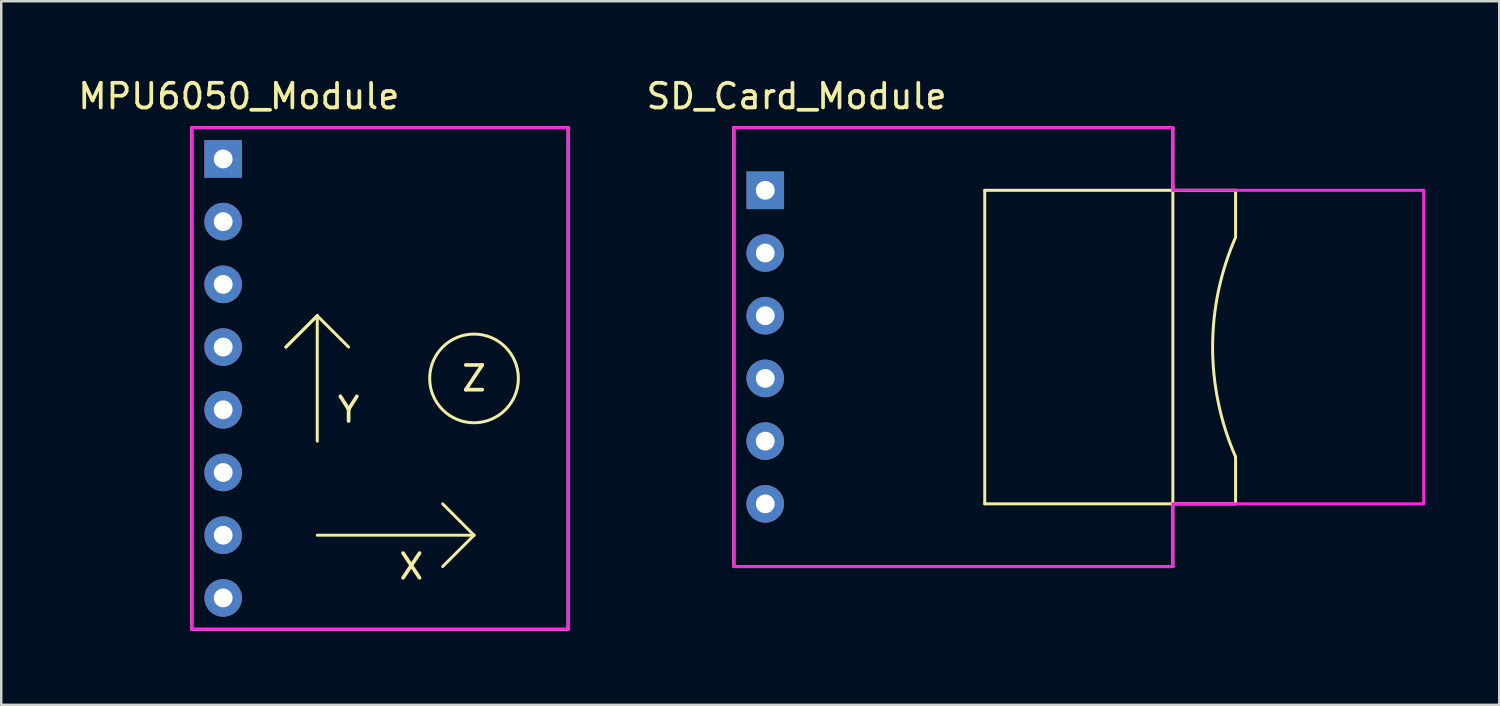
<source format=kicad_pcb>
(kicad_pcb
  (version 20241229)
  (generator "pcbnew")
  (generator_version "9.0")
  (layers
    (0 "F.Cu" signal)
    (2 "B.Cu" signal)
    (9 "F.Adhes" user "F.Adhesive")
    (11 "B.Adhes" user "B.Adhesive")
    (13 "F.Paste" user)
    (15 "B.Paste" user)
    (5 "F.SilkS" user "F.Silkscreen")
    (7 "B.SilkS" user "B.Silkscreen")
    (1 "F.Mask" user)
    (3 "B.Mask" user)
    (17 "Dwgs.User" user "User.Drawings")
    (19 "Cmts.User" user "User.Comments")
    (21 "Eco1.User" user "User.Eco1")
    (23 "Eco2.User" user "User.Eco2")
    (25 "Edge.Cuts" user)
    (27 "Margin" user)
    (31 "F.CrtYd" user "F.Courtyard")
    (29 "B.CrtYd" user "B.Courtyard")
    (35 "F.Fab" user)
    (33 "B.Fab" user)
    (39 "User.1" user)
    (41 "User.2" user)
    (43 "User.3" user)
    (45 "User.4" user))
  (footprint "SD_Card_Module"
    (layer "F.Cu")
    (at 27.946 4.658)
    (property "Reference" "SD_Card_Module" (at 1.27 -3.81 0) (layer "F.SilkS") (effects (font (size 1 1) (thickness 0.15))))
    (attr through_hole)
    (fp_line (start -1.27 -2.54) (end 16.51 -2.54) (stroke (width 0.12) (type solid)) (layer "F.SilkS"))
    (fp_line (start -1.27 15.24) (end -1.27 -2.54) (stroke (width 0.12) (type solid)) (layer "F.SilkS"))
    (fp_line (start 8.89 0) (end 8.89 12.7) (stroke (width 0.12) (type solid)) (layer "F.SilkS"))
    (fp_line (start 8.89 0) (end 19.05 0) (stroke (width 0.12) (type solid)) (layer "F.SilkS"))
    (fp_line (start 8.89 12.7) (end 19.05 12.7) (stroke (width 0.12) (type solid)) (layer "F.SilkS"))
    (fp_line (start 16.51 -2.54) (end 16.51 15.24) (stroke (width 0.12) (type solid)) (layer "F.SilkS"))
    (fp_line (start 16.51 15.24) (end -1.27 15.24) (stroke (width 0.12) (type solid)) (layer "F.SilkS"))
    (fp_line (start 19.05 0) (end 19.05 1.905) (stroke (width 0.12) (type solid)) (layer "F.SilkS"))
    (fp_line (start 19.05 12.7) (end 19.05 10.795) (stroke (width 0.12) (type solid)) (layer "F.SilkS"))
    (fp_arc (start 19.05 10.794999) (mid 18.120202 6.35) (end 19.05 1.905) (stroke (width 0.12) (type solid)) (layer "F.SilkS"))
    (fp_line (start -1.27 -2.54) (end -1.27 15.24) (stroke (width 0.12) (type solid)) (layer "F.CrtYd"))
    (fp_line (start -1.27 15.24) (end 16.51 15.24) (stroke (width 0.12) (type solid)) (layer "F.CrtYd"))
    (fp_line (start 16.51 -2.54) (end -1.27 -2.54) (stroke (width 0.12) (type solid)) (layer "F.CrtYd"))
    (fp_line (start 16.51 0) (end 16.51 -2.54) (stroke (width 0.12) (type solid)) (layer "F.CrtYd"))
    (fp_line (start 16.51 12.7) (end 26.67 12.7) (stroke (width 0.12) (type solid)) (layer "F.CrtYd"))
    (fp_line (start 16.51 15.24) (end 16.51 12.7) (stroke (width 0.12) (type solid)) (layer "F.CrtYd"))
    (fp_line (start 26.67 0) (end 16.51 0) (stroke (width 0.12) (type solid)) (layer "F.CrtYd"))
    (fp_line (start 26.67 12.7) (end 26.67 0) (stroke (width 0.12) (type solid)) (layer "F.CrtYd"))
    (pad "1" thru_hole rect (at 0 0) (size 1.524 1.524) (drill 0.762) (layers "*.Cu" "*.Mask"))
    (pad "2" thru_hole circle (at 0 2.54) (size 1.524 1.524) (drill 0.762) (layers "*.Cu" "*.Mask"))
    (pad "3" thru_hole circle (at 0 5.08) (size 1.524 1.524) (drill 0.762) (layers "*.Cu" "*.Mask"))
    (pad "4" thru_hole circle (at 0 7.62) (size 1.524 1.524) (drill 0.762) (layers "*.Cu" "*.Mask"))
    (pad "5" thru_hole circle (at 0 10.16) (size 1.524 1.524) (drill 0.762) (layers "*.Cu" "*.Mask"))
    (pad "6" thru_hole circle (at 0 12.7) (size 1.524 1.524) (drill 0.762) (layers "*.Cu" "*.Mask")))
  (footprint "MPU6050_Module"
    (layer "F.Cu")
    (at 5.99 3.388)
    (property "Reference" "MPU6050_Module" (at 0.635 -2.54 0) (layer "F.SilkS") (effects (font (size 1 1) (thickness 0.15))))
    (attr through_hole)
    (fp_line (start -1.27 -1.27) (end 13.97 -1.27) (stroke (width 0.12) (type solid)) (layer "F.SilkS"))
    (fp_line (start -1.27 19.05) (end -1.27 -1.27) (stroke (width 0.12) (type solid)) (layer "F.SilkS"))
    (fp_line (start 2.54 7.62) (end 3.81 6.35) (stroke (width 0.12) (type solid)) (layer "F.SilkS"))
    (fp_line (start 3.81 6.35) (end 2.54 7.62) (stroke (width 0.12) (type solid)) (layer "F.SilkS"))
    (fp_line (start 3.81 6.35) (end 5.08 7.62) (stroke (width 0.12) (type solid)) (layer "F.SilkS"))
    (fp_line (start 3.81 11.43) (end 3.81 6.35) (stroke (width 0.12) (type solid)) (layer "F.SilkS"))
    (fp_line (start 3.81 15.24) (end 10.16 15.24) (stroke (width 0.12) (type solid)) (layer "F.SilkS"))
    (fp_line (start 10.16 15.24) (end 8.89 13.97) (stroke (width 0.12) (type solid)) (layer "F.SilkS"))
    (fp_line (start 10.16 15.24) (end 8.89 16.51) (stroke (width 0.12) (type solid)) (layer "F.SilkS"))
    (fp_line (start 13.97 -1.27) (end 13.97 19.05) (stroke (width 0.12) (type solid)) (layer "F.SilkS"))
    (fp_line (start 13.97 19.05) (end -1.27 19.05) (stroke (width 0.12) (type solid)) (layer "F.SilkS"))
    (fp_circle (center 10.16 8.89) (end 8.89 7.62) (stroke (width 0.12) (type solid)) (fill no) (layer "F.SilkS"))
    (fp_line (start -1.27 -1.27) (end 13.97 -1.27) (stroke (width 0.12) (type solid)) (layer "F.CrtYd"))
    (fp_line (start -1.27 19.05) (end -1.27 -1.27) (stroke (width 0.12) (type solid)) (layer "F.CrtYd"))
    (fp_line (start 13.97 -1.27) (end 13.97 19.05) (stroke (width 0.12) (type solid)) (layer "F.CrtYd"))
    (fp_line (start 13.97 19.05) (end -1.27 19.05) (stroke (width 0.12) (type solid)) (layer "F.CrtYd"))
    (fp_text user "Z" (at 10.16 8.89 0) (layer "F.SilkS") (effects (font (size 1 1) (thickness 0.15))))
    (fp_text user "Y" (at 5.08 10.16 0) (layer "F.SilkS") (effects (font (size 1 1) (thickness 0.15))))
    (fp_text user "X" (at 7.62 16.51 0) (layer "F.SilkS") (effects (font (size 1 1) (thickness 0.15))))
    (pad "1" thru_hole rect (at 0 0) (size 1.524 1.524) (drill 0.762) (layers "*.Cu" "*.Mask"))
    (pad "2" thru_hole circle (at 0 2.54) (size 1.524 1.524) (drill 0.762) (layers "*.Cu" "*.Mask"))
    (pad "3" thru_hole circle (at 0 5.08) (size 1.524 1.524) (drill 0.762) (layers "*.Cu" "*.Mask"))
    (pad "4" thru_hole circle (at 0 7.62) (size 1.524 1.524) (drill 0.762) (layers "*.Cu" "*.Mask"))
    (pad "5" thru_hole circle (at 0 10.16) (size 1.524 1.524) (drill 0.762) (layers "*.Cu" "*.Mask"))
    (pad "6" thru_hole circle (at 0 12.7) (size 1.524 1.524) (drill 0.762) (layers "*.Cu" "*.Mask"))
    (pad "7" thru_hole circle (at 0 15.24) (size 1.524 1.524) (drill 0.762) (layers "*.Cu" "*.Mask"))
    (pad "8" thru_hole circle (at 0 17.78) (size 1.524 1.524) (drill 0.762) (layers "*.Cu" "*.Mask")))
  (gr_rect
    (start -3 -3)
    (end 57.676 25.498)
    (stroke (width 0.1) (type default))
    (fill no)
    (layer "Edge.Cuts")))
</source>
